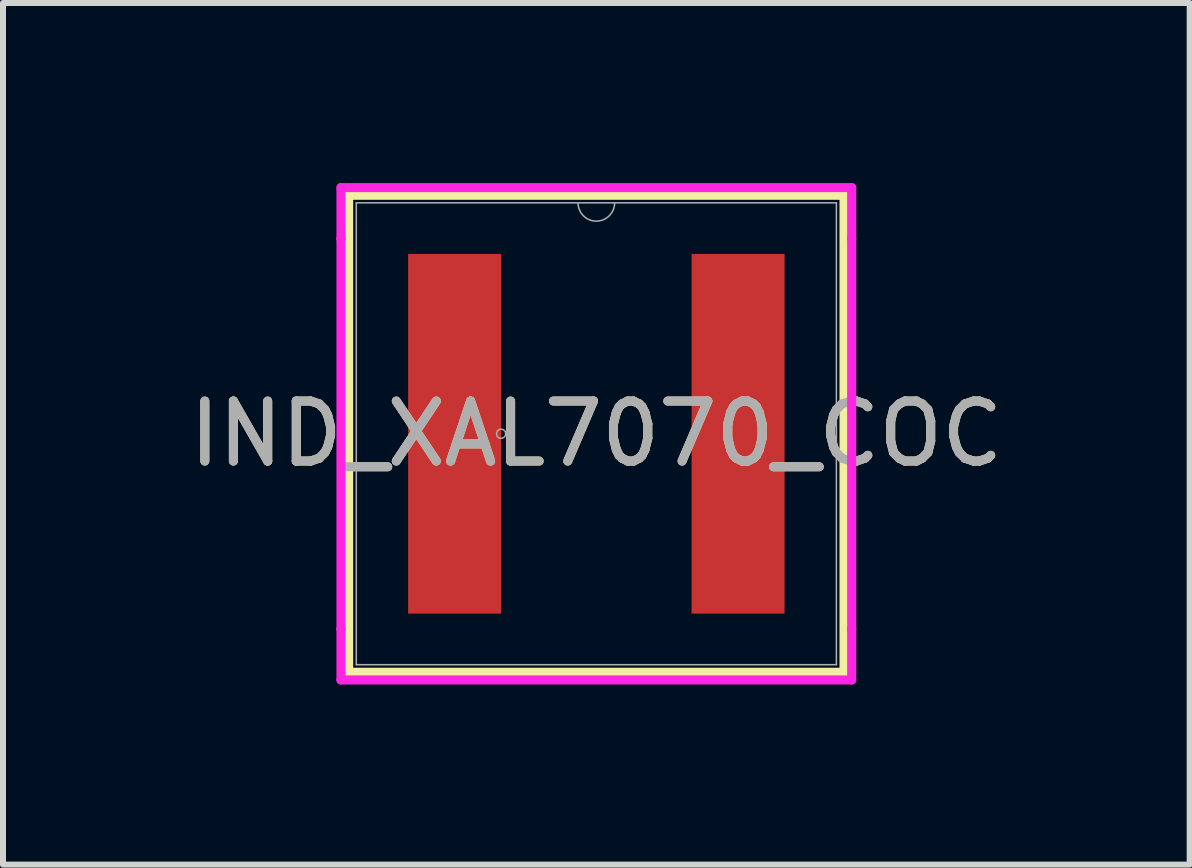
<source format=kicad_pcb>
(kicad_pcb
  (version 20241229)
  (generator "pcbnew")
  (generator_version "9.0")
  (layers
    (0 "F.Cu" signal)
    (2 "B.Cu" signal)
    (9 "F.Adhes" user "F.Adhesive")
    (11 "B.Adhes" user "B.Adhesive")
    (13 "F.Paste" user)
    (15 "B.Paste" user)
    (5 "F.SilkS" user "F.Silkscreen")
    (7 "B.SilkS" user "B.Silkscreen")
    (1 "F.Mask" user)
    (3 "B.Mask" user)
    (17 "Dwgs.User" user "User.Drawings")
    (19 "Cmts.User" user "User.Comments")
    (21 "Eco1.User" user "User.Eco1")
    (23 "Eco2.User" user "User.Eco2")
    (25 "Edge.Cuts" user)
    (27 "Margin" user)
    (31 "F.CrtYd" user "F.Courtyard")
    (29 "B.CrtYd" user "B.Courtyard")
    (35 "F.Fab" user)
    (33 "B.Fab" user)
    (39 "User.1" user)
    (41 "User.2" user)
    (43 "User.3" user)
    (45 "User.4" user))
  (footprint "IND_XAL7070_COC"
    (layer "F.Cu")
    (at 6.887 4.178)
    (property "Reference" "IND_XAL7070_COC" (at 0 0 0) (unlocked yes) (layer "F.SilkS") (effects (font (size 1 1) (thickness 0.15))))
    (attr smd)
    (fp_line (start -4.128 -3.975) (end -4.128 3.975) (stroke (width 0.152) (type solid)) (layer "F.SilkS"))
    (fp_line (start -4.128 3.975) (end 4.128 3.975) (stroke (width 0.152) (type solid)) (layer "F.SilkS"))
    (fp_line (start 4.128 -3.975) (end -4.128 -3.975) (stroke (width 0.152) (type solid)) (layer "F.SilkS"))
    (fp_line (start 4.128 3.975) (end 4.128 -3.975) (stroke (width 0.152) (type solid)) (layer "F.SilkS"))
    (fp_line (start -4.255 -4.102) (end 4.255 -4.102) (stroke (width 0.152) (type solid)) (layer "F.CrtYd"))
    (fp_line (start -4.255 -3.251) (end -4.255 -4.102) (stroke (width 0.152) (type solid)) (layer "F.CrtYd"))
    (fp_line (start -4.255 -3.251) (end -4.255 -3.251) (stroke (width 0.152) (type solid)) (layer "F.CrtYd"))
    (fp_line (start -4.255 3.251) (end -4.255 -3.251) (stroke (width 0.152) (type solid)) (layer "F.CrtYd"))
    (fp_line (start -4.255 3.251) (end -4.255 3.251) (stroke (width 0.152) (type solid)) (layer "F.CrtYd"))
    (fp_line (start -4.255 4.102) (end -4.255 3.251) (stroke (width 0.152) (type solid)) (layer "F.CrtYd"))
    (fp_line (start 4.255 -4.102) (end 4.255 -3.251) (stroke (width 0.152) (type solid)) (layer "F.CrtYd"))
    (fp_line (start 4.255 -3.251) (end 4.255 -3.251) (stroke (width 0.152) (type solid)) (layer "F.CrtYd"))
    (fp_line (start 4.255 -3.251) (end 4.255 3.251) (stroke (width 0.152) (type solid)) (layer "F.CrtYd"))
    (fp_line (start 4.255 3.251) (end 4.255 3.251) (stroke (width 0.152) (type solid)) (layer "F.CrtYd"))
    (fp_line (start 4.255 3.251) (end 4.255 4.102) (stroke (width 0.152) (type solid)) (layer "F.CrtYd"))
    (fp_line (start 4.255 4.102) (end -4.255 4.102) (stroke (width 0.152) (type solid)) (layer "F.CrtYd"))
    (fp_line (start -4 -3.848) (end -4 3.848) (stroke (width 0.025) (type solid)) (layer "F.Fab"))
    (fp_line (start -4 3.848) (end 4 3.848) (stroke (width 0.025) (type solid)) (layer "F.Fab"))
    (fp_line (start 4 -3.848) (end -4 -3.848) (stroke (width 0.025) (type solid)) (layer "F.Fab"))
    (fp_line (start 4 3.848) (end 4 -3.848) (stroke (width 0.025) (type solid)) (layer "F.Fab"))
    (fp_arc (start 0.3048 -3.8481) (mid 0 -3.5433) (end -0.3048 -3.8481) (stroke (width 0.0254) (type solid)) (layer "F.Fab"))
    (fp_circle (center -1.587 0) (end -1.511 0) (stroke (width 0.025) (type solid)) (fill no) (layer "F.Fab"))
    (fp_text user "${REFERENCE}" (at 0 0 0) (unlocked yes) (layer "F.Fab") (effects (font (size 1 1) (thickness 0.15))))
    (pad "1" smd rect (at -2.362 0) (size 1.549 5.994) (layers "F.Cu" "F.Mask" "F.Paste"))
    (pad "2" smd rect (at 2.362 0) (size 1.549 5.994) (layers "F.Cu" "F.Mask" "F.Paste")))
  (gr_rect
    (start -3 -3)
    (end 16.774 11.357)
    (stroke (width 0.1) (type default))
    (fill no)
    (layer "Edge.Cuts")))
</source>
